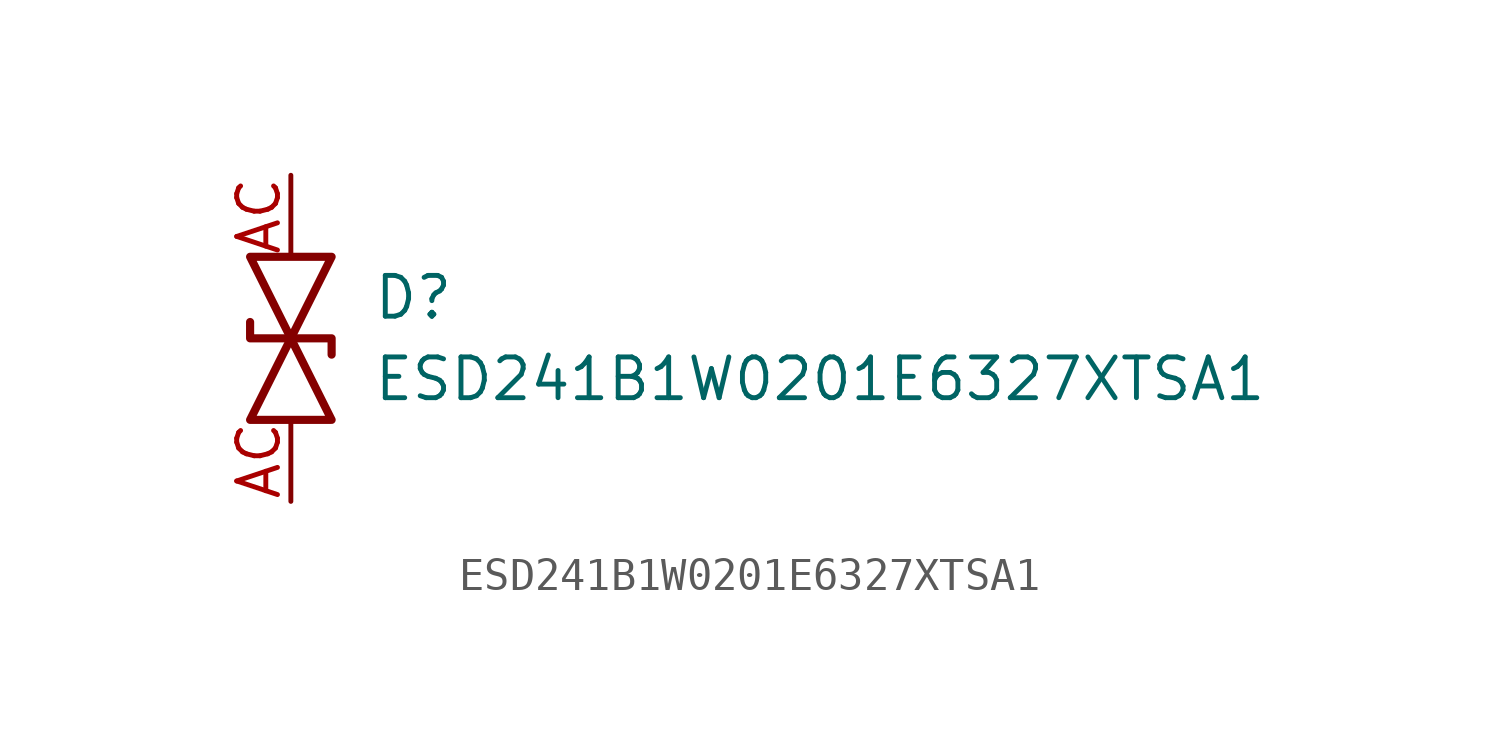
<source format=kicad_sym>
(kicad_symbol_lib
  (version 20231120)
  (generator "kicad_symbol_editor")
  (generator_version "8.0")
  (symbol "ESD241B1W0201E6327XTSA1"
    (property "Reference" "D"
      (at 2.54 1.27 0)
      (do_not_autoplace)
      (effects (font (size 1.27 1.27)) (justify left)))
    (property "Value" "ESD241B1W0201E6327XTSA1"
      (at 2.54 -1.27 0)
      (do_not_autoplace)
      (effects (font (size 1.27 1.27)) (justify left)))
    (symbol "ESD241B1W0201E6327XTSA1_0_1"
      (polyline (pts (xy -1.27 0.508) (xy -1.27 0) (xy 1.27 0) (xy 1.27 -0.508)) (stroke (width 0.254) (type default)) (fill (type none)))
      (polyline (pts (xy -1.27 2.54) (xy 1.27 2.54) (xy 0 0) (xy -1.27 2.54)) (stroke (width 0.254) (type default)) (fill (type none)))
      (polyline (pts (xy 1.27 -2.54) (xy 0 0) (xy -1.27 -2.54) (xy 1.27 -2.54)) (stroke (width 0.254) (type default)) (fill (type none))))
    (symbol "ESD241B1W0201E6327XTSA1_1_1"
      (pin unspecified line (at 0 -5.08 90) (length 2.54) (name "" (effects (font (size 1.27 1.27)))) (number "AC" (effects (font (size 1.27 1.27)))))
      (pin unspecified line (at 0 5.08 270) (length 2.54) (name "" (effects (font (size 1.27 1.27)))) (number "AC" (effects (font (size 1.27 1.27))))))))
</source>
